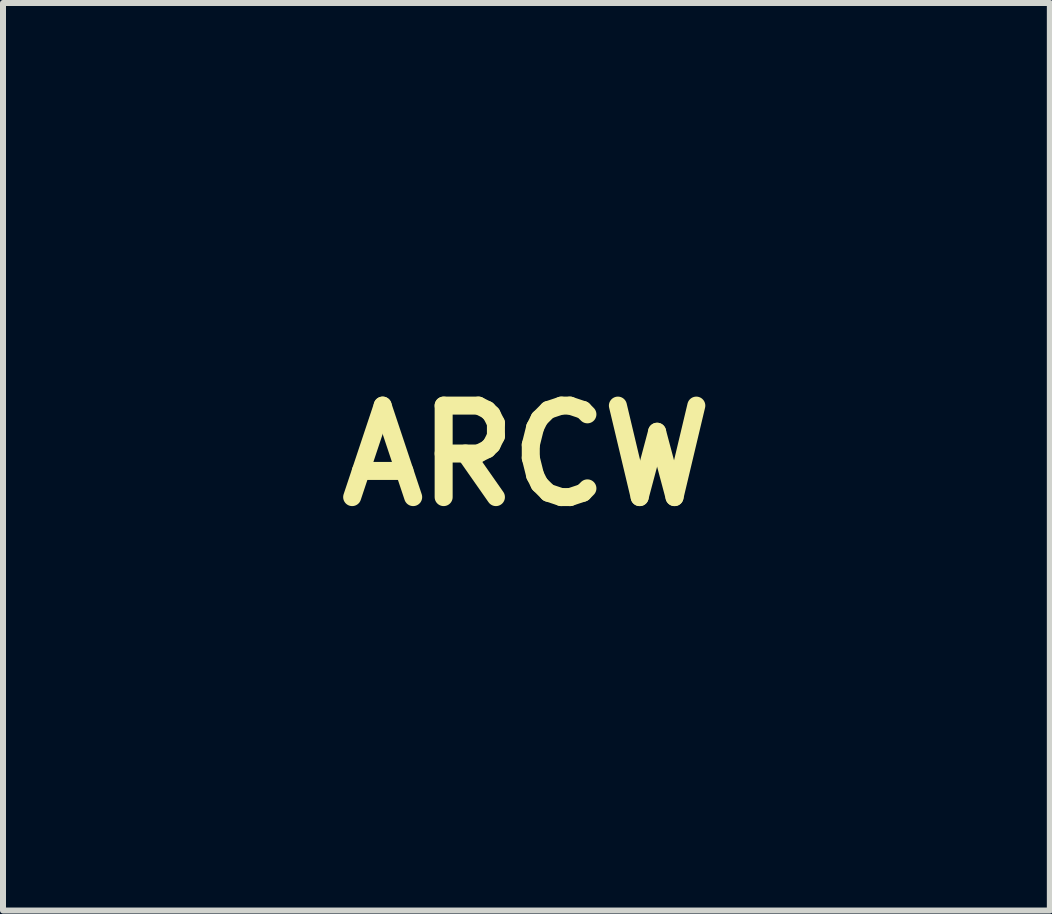
<source format=kicad_pcb>
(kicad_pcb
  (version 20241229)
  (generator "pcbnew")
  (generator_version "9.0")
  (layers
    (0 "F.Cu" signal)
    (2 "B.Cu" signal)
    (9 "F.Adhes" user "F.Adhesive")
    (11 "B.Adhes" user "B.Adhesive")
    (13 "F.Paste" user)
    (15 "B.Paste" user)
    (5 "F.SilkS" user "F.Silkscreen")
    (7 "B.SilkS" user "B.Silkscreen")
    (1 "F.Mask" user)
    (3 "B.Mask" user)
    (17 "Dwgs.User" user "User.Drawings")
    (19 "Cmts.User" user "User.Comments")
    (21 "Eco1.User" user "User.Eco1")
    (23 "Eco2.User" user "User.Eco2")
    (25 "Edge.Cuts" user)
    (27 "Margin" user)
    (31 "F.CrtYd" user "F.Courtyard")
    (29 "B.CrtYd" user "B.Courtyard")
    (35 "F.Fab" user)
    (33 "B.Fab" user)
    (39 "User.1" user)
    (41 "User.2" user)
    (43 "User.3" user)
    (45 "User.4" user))
  (footprint "ARCW"
    (layer "F.Cu")
    (at 5.72 4.542)
    (property "Reference" "ARCW" (at 0 0 0) (layer "F.SilkS") (effects (font (size 1.524 1.524) (thickness 0.3))))
    (attr through_hole)
    (fp_poly (pts (xy 0.991 4.382) (xy 1.862 4.382) (xy 2.621 4.384) (xy 3.276 4.385) (xy 3.833 4.388) (xy 4.301 4.392) (xy 4.687 4.397) (xy 4.998 4.403) (xy 5.241 4.41) (xy 5.425 4.419) (xy 5.557 4.429) (xy 5.644 4.441) (xy 5.694 4.455) (xy 5.714 4.471) (xy 5.715 4.477) (xy 5.704 4.493) (xy 5.666 4.508) (xy 5.593 4.52) (xy 5.477 4.531) (xy 5.313 4.541) (xy 5.091 4.548) (xy 4.804 4.555) (xy 4.446 4.56) (xy 4.008 4.564) (xy 3.483 4.567) (xy 2.863 4.569) (xy 2.142 4.571) (xy 1.311 4.572) (xy 0.364 4.572) (xy 0 4.572) (xy -0.991 4.572) (xy -1.862 4.571) (xy -2.621 4.57) (xy -3.276 4.568) (xy -3.833 4.565) (xy -4.301 4.562) (xy -4.687 4.557) (xy -4.998 4.551) (xy -5.241 4.544) (xy -5.425 4.535) (xy -5.557 4.524) (xy -5.644 4.512) (xy -5.694 4.499) (xy -5.714 4.483) (xy -5.715 4.477) (xy -5.704 4.46) (xy -5.666 4.446) (xy -5.593 4.433) (xy -5.477 4.422) (xy -5.313 4.413) (xy -5.091 4.405) (xy -4.804 4.399) (xy -4.446 4.393) (xy -4.008 4.389) (xy -3.483 4.386) (xy -2.863 4.384) (xy -2.142 4.383) (xy -1.311 4.382) (xy -0.364 4.382) (xy 0 4.381) (xy 0.991 4.382)) (stroke (width 0.01) (type solid)) (fill no) (layer "Eco2.User"))
    (fp_poly (pts (xy -0.007 2.353) (xy 0.191 2.366) (xy 0.319 2.394) (xy 0.406 2.442) (xy 0.445 2.477) (xy 0.536 2.61) (xy 0.569 2.743) (xy 0.538 2.837) (xy 0.483 2.857) (xy 0.402 2.804) (xy 0.357 2.706) (xy 0.272 2.572) (xy 0.175 2.517) (xy -0.019 2.488) (xy -0.275 2.478) (xy -0.54 2.488) (xy -0.762 2.515) (xy -0.853 2.538) (xy -0.934 2.577) (xy -0.983 2.634) (xy -1.007 2.741) (xy -1.015 2.926) (xy -1.016 3.106) (xy -1.008 3.361) (xy -0.986 3.551) (xy -0.954 3.649) (xy -0.948 3.654) (xy -0.82 3.693) (xy -0.611 3.72) (xy -0.365 3.732) (xy -0.128 3.728) (xy 0.055 3.705) (xy 0.064 3.702) (xy 0.246 3.619) (xy 0.348 3.505) (xy 0.427 3.397) (xy 0.491 3.365) (xy 0.559 3.412) (xy 0.564 3.525) (xy 0.51 3.662) (xy 0.445 3.747) (xy 0.369 3.806) (xy 0.268 3.843) (xy 0.114 3.864) (xy -0.123 3.872) (xy -0.318 3.873) (xy -0.617 3.87) (xy -0.818 3.858) (xy -0.948 3.831) (xy -1.035 3.785) (xy -1.079 3.747) (xy -1.144 3.662) (xy -1.182 3.548) (xy -1.201 3.371) (xy -1.206 3.1) (xy -1.206 3.083) (xy -1.2 2.795) (xy -1.168 2.594) (xy -1.09 2.465) (xy -0.948 2.391) (xy -0.722 2.358) (xy -0.393 2.35) (xy -0.303 2.349) (xy -0.007 2.353)) (stroke (width 0.01) (type solid)) (fill no) (layer "Eco2.User"))
    (fp_poly (pts (xy -4.39 2.373) (xy -4.312 2.437) (xy -4.209 2.569) (xy -4.069 2.784) (xy -3.91 3.05) (xy -3.753 3.319) (xy -3.623 3.551) (xy -3.533 3.722) (xy -3.493 3.811) (xy -3.493 3.815) (xy -3.528 3.877) (xy -3.614 3.859) (xy -3.714 3.777) (xy -3.778 3.683) (xy -3.829 3.593) (xy -3.887 3.537) (xy -3.981 3.507) (xy -4.139 3.495) (xy -4.391 3.493) (xy -4.445 3.493) (xy -4.715 3.494) (xy -4.888 3.504) (xy -4.99 3.53) (xy -5.052 3.581) (xy -5.102 3.665) (xy -5.112 3.683) (xy -5.199 3.8) (xy -5.299 3.87) (xy -5.376 3.875) (xy -5.397 3.825) (xy -5.367 3.755) (xy -5.285 3.598) (xy -5.162 3.376) (xy -5.135 3.329) (xy -4.889 3.329) (xy -4.831 3.347) (xy -4.678 3.36) (xy -4.463 3.365) (xy -4.445 3.365) (xy -4.226 3.361) (xy -4.067 3.348) (xy -4.001 3.331) (xy -4 3.329) (xy -4.029 3.254) (xy -4.102 3.11) (xy -4.199 2.933) (xy -4.3 2.756) (xy -4.387 2.615) (xy -4.44 2.544) (xy -4.445 2.542) (xy -4.487 2.592) (xy -4.568 2.721) (xy -4.669 2.893) (xy -4.768 3.073) (xy -4.848 3.227) (xy -4.888 3.32) (xy -4.889 3.329) (xy -5.135 3.329) (xy -5.011 3.112) (xy -4.992 3.079) (xy -4.788 2.742) (xy -4.63 2.514) (xy -4.513 2.39) (xy -4.457 2.362) (xy -4.39 2.373)) (stroke (width 0.01) (type solid)) (fill no) (layer "Eco2.User"))
    (fp_poly (pts (xy 0.926 2.405) (xy 1.035 2.56) (xy 1.173 2.799) (xy 1.273 2.991) (xy 1.404 3.242) (xy 1.516 3.44) (xy 1.596 3.565) (xy 1.632 3.596) (xy 1.672 3.526) (xy 1.751 3.366) (xy 1.855 3.143) (xy 1.933 2.97) (xy 2.083 2.65) (xy 2.204 2.449) (xy 2.308 2.366) (xy 2.409 2.403) (xy 2.521 2.558) (xy 2.657 2.832) (xy 2.724 2.982) (xy 2.84 3.235) (xy 2.942 3.434) (xy 3.017 3.558) (xy 3.051 3.586) (xy 3.094 3.518) (xy 3.173 3.36) (xy 3.274 3.137) (xy 3.343 2.977) (xy 3.486 2.659) (xy 3.602 2.455) (xy 3.695 2.358) (xy 3.773 2.358) (xy 3.791 2.373) (xy 3.781 2.442) (xy 3.724 2.602) (xy 3.631 2.831) (xy 3.51 3.106) (xy 3.493 3.143) (xy 3.327 3.491) (xy 3.196 3.725) (xy 3.089 3.848) (xy 2.992 3.863) (xy 2.896 3.775) (xy 2.786 3.587) (xy 2.688 3.381) (xy 2.576 3.133) (xy 2.478 2.912) (xy 2.41 2.756) (xy 2.4 2.731) (xy 2.369 2.67) (xy 2.333 2.661) (xy 2.283 2.719) (xy 2.206 2.857) (xy 2.092 3.09) (xy 2.03 3.223) (xy 1.878 3.531) (xy 1.762 3.734) (xy 1.672 3.843) (xy 1.606 3.873) (xy 1.536 3.837) (xy 1.442 3.721) (xy 1.318 3.513) (xy 1.155 3.201) (xy 1.126 3.143) (xy 0.989 2.866) (xy 0.876 2.632) (xy 0.797 2.464) (xy 0.763 2.384) (xy 0.762 2.381) (xy 0.814 2.353) (xy 0.857 2.349) (xy 0.926 2.405)) (stroke (width 0.01) (type solid)) (fill no) (layer "Eco2.User"))
    (fp_poly (pts (xy -2.958 -4.518) (xy -2.934 -4.512) (xy -2.652 -4.375) (xy -2.422 -4.147) (xy -2.271 -3.861) (xy -2.223 -3.58) (xy -2.218 -3.497) (xy -2.189 -3.474) (xy -2.114 -3.516) (xy -1.969 -3.632) (xy -1.921 -3.673) (xy -1.397 -4.03) (xy -0.829 -4.277) (xy -0.232 -4.414) (xy 0.376 -4.442) (xy 0.98 -4.36) (xy 1.561 -4.169) (xy 2.105 -3.87) (xy 2.438 -3.609) (xy 2.706 -3.35) (xy 2.89 -3.111) (xy 3.015 -2.849) (xy 3.103 -2.521) (xy 3.137 -2.342) (xy 3.261 -1.842) (xy 3.465 -1.325) (xy 3.521 -1.207) (xy 3.642 -0.946) (xy 3.738 -0.718) (xy 3.797 -0.553) (xy 3.81 -0.492) (xy 3.766 -0.394) (xy 3.65 -0.24) (xy 3.484 -0.059) (xy 3.429 -0.005) (xy 3.048 0.361) (xy 3.048 0.874) (xy 3.044 1.14) (xy 3.025 1.317) (xy 2.983 1.441) (xy 2.91 1.551) (xy 2.885 1.58) (xy 2.727 1.721) (xy 2.525 1.803) (xy 2.256 1.832) (xy 1.898 1.811) (xy 1.748 1.793) (xy 1.264 1.701) (xy 0.837 1.569) (xy 0.494 1.405) (xy 0.349 1.302) (xy 0.258 1.224) (xy 0.236 1.192) (xy 0.295 1.209) (xy 0.45 1.277) (xy 0.579 1.336) (xy 0.906 1.457) (xy 1.272 1.545) (xy 1.65 1.599) (xy 2.012 1.617) (xy 2.329 1.597) (xy 2.573 1.538) (xy 2.683 1.474) (xy 2.736 1.406) (xy 2.77 1.296) (xy 2.787 1.119) (xy 2.792 0.847) (xy 2.792 0.768) (xy 2.79 0.159) (xy 3.514 -0.49) (xy 3.195 -1.086) (xy 3.026 -1.422) (xy 2.914 -1.702) (xy 2.84 -1.973) (xy 2.802 -2.191) (xy 2.702 -2.616) (xy 2.531 -2.974) (xy 2.274 -3.282) (xy 1.919 -3.555) (xy 1.451 -3.809) (xy 1.425 -3.821) (xy 1.189 -3.924) (xy 0.983 -3.989) (xy 0.759 -4.028) (xy 0.469 -4.049) (xy 0.369 -4.053) (xy -0.22 -4.037) (xy -0.742 -3.93) (xy -1.229 -3.725) (xy -1.513 -3.553) (xy -1.751 -3.372) (xy -1.982 -3.158) (xy -2.183 -2.936) (xy -2.332 -2.731) (xy -2.408 -2.569) (xy -2.413 -2.53) (xy -2.385 -2.413) (xy -2.313 -2.227) (xy -2.222 -2.03) (xy -2.107 -1.82) (xy -2.016 -1.703) (xy -1.926 -1.656) (xy -1.869 -1.651) (xy -1.616 -1.596) (xy -1.39 -1.45) (xy -1.222 -1.244) (xy -1.145 -1.007) (xy -1.143 -0.964) (xy -1.114 -0.889) (xy -1.012 -0.814) (xy -0.818 -0.726) (xy -0.663 -0.668) (xy -0.183 -0.493) (xy -0.044 -0.619) (xy 0.178 -0.784) (xy 0.415 -0.867) (xy 0.697 -0.889) (xy 0.9 -0.878) (xy 1.047 -0.831) (xy 1.197 -0.723) (xy 1.284 -0.644) (xy 1.436 -0.491) (xy 1.518 -0.358) (xy 1.557 -0.191) (xy 1.573 -0.025) (xy 1.579 0.211) (xy 1.551 0.376) (xy 1.478 0.524) (xy 1.45 0.565) (xy 1.208 0.82) (xy 0.915 0.967) (xy 0.587 0.996) (xy 0.58 0.995) (xy 0.251 0.902) (xy -0.02 0.709) (xy -0.212 0.438) (xy -0.297 0.151) (xy -0.319 0.024) (xy -0.333 -0.006) (xy 0.13 -0.006) (xy 0.154 0.212) (xy 0.281 0.414) (xy 0.283 0.416) (xy 0.496 0.553) (xy 0.724 0.57) (xy 0.943 0.47) (xy 1.048 0.369) (xy 1.162 0.202) (xy 1.19 0.051) (xy 1.18 -0.023) (xy 1.076 -0.274) (xy 0.887 -0.433) (xy 0.759 -0.477) (xy 0.523 -0.475) (xy 0.329 -0.377) (xy 0.193 -0.212) (xy 0.13 -0.006) (xy -0.333 -0.006) (xy -0.36 -0.062) (xy -0.447 -0.129) (xy -0.607 -0.199) (xy -0.805 -0.271) (xy -1.278 -0.442) (xy -1.416 -0.314) (xy -1.652 -0.168) (xy -1.937 -0.132) (xy -2.056 -0.145) (xy -2.201 -0.152) (xy -2.311 -0.099) (xy -2.436 0.037) (xy -2.438 0.04) (xy -2.613 0.259) (xy -2.441 0.552) (xy -2.309 0.749) (xy -2.126 0.986) (xy -1.933 1.21) (xy -1.932 1.211) (xy -1.782 1.38) (xy -1.676 1.523) (xy -1.605 1.67) (xy -1.558 1.852) (xy -1.524 2.097) (xy -1.493 2.438) (xy -1.491 2.465) (xy -1.476 2.737) (xy -1.488 2.919) (xy -1.53 3.047) (xy -1.551 3.081) (xy -1.607 3.21) (xy -1.587 3.271) (xy -1.54 3.356) (xy -1.521 3.506) (xy -1.528 3.673) (xy -1.559 3.811) (xy -1.611 3.873) (xy -1.616 3.873) (xy -1.685 3.818) (xy -1.723 3.646) (xy -1.727 3.604) (xy -1.746 3.334) (xy -2.362 3.316) (xy -2.977 3.297) (xy -2.997 3.565) (xy -3.032 3.761) (xy -3.097 3.859) (xy -3.182 3.844) (xy -3.195 3.832) (xy -3.212 3.755) (xy -3.226 3.578) (xy -3.236 3.328) (xy -3.239 3.064) (xy -3.239 2.54) (xy -2.985 2.54) (xy -2.985 3.111) (xy -2.441 3.111) (xy -2.176 3.104) (xy -1.949 3.084) (xy -1.799 3.056) (xy -1.774 3.046) (xy -1.669 2.925) (xy -1.661 2.738) (xy -1.69 2.64) (xy -1.73 2.593) (xy -1.821 2.563) (xy -1.987 2.546) (xy -2.25 2.54) (xy -2.356 2.54) (xy -2.985 2.54) (xy -3.239 2.54) (xy -3.239 2.339) (xy -2.445 2.36) (xy -1.651 2.381) (xy -1.651 2.114) (xy -1.696 1.778) (xy -1.829 1.53) (xy -1.946 1.429) (xy -2.065 1.326) (xy -2.221 1.162) (xy -2.341 1.019) (xy -2.588 0.706) (xy -2.628 0.951) (xy -2.725 1.202) (xy -2.909 1.4) (xy -3.148 1.526) (xy -3.41 1.566) (xy -3.665 1.501) (xy -3.67 1.499) (xy -3.922 1.31) (xy -4.076 1.07) (xy -4.132 0.807) (xy -4.118 0.718) (xy -3.727 0.718) (xy -3.726 0.861) (xy -3.648 1.002) (xy -3.496 1.122) (xy -3.301 1.128) (xy -3.171 1.077) (xy -3.076 0.963) (xy -3.05 0.794) (xy -3.093 0.622) (xy -3.148 0.544) (xy -3.315 0.453) (xy -3.496 0.482) (xy -3.619 0.572) (xy -3.727 0.718) (xy -4.118 0.718) (xy -4.091 0.544) (xy -3.952 0.308) (xy -3.717 0.123) (xy -3.637 0.085) (xy -3.342 0.026) (xy -3.194 0.038) (xy -2.965 0.081) (xy -3.023 -0.198) (xy -3.059 -0.466) (xy -3.077 -0.801) (xy -3.077 -0.948) (xy -2.849 -0.948) (xy -2.832 -0.63) (xy -2.829 -0.606) (xy -2.801 -0.405) (xy -2.774 -0.309) (xy -2.733 -0.298) (xy -2.666 -0.35) (xy -2.664 -0.352) (xy -2.583 -0.465) (xy -2.606 -0.575) (xy -2.662 -0.794) (xy -2.658 -0.854) (xy -2.252 -0.854) (xy -2.183 -0.713) (xy -2.052 -0.61) (xy -1.891 -0.565) (xy -1.73 -0.598) (xy -1.664 -0.648) (xy -1.59 -0.801) (xy -1.604 -0.983) (xy -1.697 -1.141) (xy -1.742 -1.178) (xy -1.924 -1.235) (xy -2.095 -1.172) (xy -2.226 -1.01) (xy -2.252 -0.854) (xy -2.658 -0.854) (xy -2.644 -1.051) (xy -2.556 -1.289) (xy -2.548 -1.302) (xy -2.479 -1.426) (xy -2.465 -1.522) (xy -2.508 -1.644) (xy -2.558 -1.745) (xy -2.637 -1.897) (xy -2.683 -1.947) (xy -2.717 -1.907) (xy -2.742 -1.845) (xy -2.8 -1.606) (xy -2.837 -1.29) (xy -2.849 -0.948) (xy -3.077 -0.948) (xy -3.078 -1.168) (xy -3.063 -1.53) (xy -3.032 -1.851) (xy -2.988 -2.094) (xy -2.969 -2.155) (xy -2.906 -2.384) (xy -2.928 -2.529) (xy -3.045 -2.606) (xy -3.218 -2.63) (xy -3.552 -2.703) (xy -3.821 -2.876) (xy -4.012 -3.129) (xy -4.108 -3.446) (xy -4.111 -3.602) (xy -3.715 -3.602) (xy -3.675 -3.389) (xy -3.533 -3.199) (xy -3.306 -3.071) (xy -3.072 -3.063) (xy -2.858 -3.172) (xy -2.823 -3.204) (xy -2.69 -3.413) (xy -2.664 -3.639) (xy -2.734 -3.851) (xy -2.891 -4.017) (xy -3.116 -4.104) (xy -3.353 -4.089) (xy -3.541 -3.981) (xy -3.666 -3.809) (xy -3.715 -3.602) (xy -4.111 -3.602) (xy -4.112 -3.696) (xy -4.024 -4.009) (xy -3.839 -4.265) (xy -3.584 -4.447) (xy -3.282 -4.537) (xy -2.958 -4.518)) (stroke (width 0.01) (type solid)) (fill no) (layer "Eco2.User")))
  (gr_rect
    (start -3 -3)
    (end 14.44 12.119)
    (stroke (width 0.1) (type default))
    (fill no)
    (layer "Edge.Cuts")))
</source>
